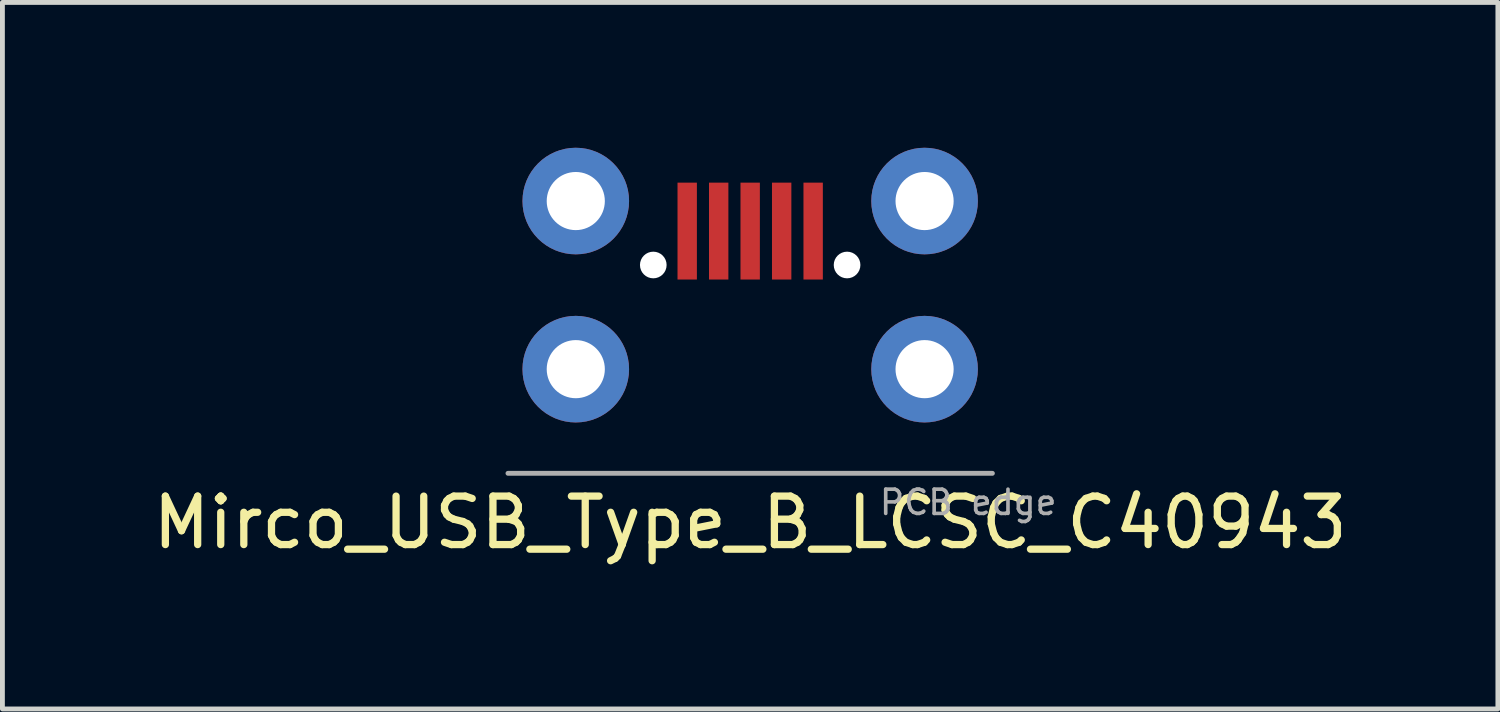
<source format=kicad_pcb>
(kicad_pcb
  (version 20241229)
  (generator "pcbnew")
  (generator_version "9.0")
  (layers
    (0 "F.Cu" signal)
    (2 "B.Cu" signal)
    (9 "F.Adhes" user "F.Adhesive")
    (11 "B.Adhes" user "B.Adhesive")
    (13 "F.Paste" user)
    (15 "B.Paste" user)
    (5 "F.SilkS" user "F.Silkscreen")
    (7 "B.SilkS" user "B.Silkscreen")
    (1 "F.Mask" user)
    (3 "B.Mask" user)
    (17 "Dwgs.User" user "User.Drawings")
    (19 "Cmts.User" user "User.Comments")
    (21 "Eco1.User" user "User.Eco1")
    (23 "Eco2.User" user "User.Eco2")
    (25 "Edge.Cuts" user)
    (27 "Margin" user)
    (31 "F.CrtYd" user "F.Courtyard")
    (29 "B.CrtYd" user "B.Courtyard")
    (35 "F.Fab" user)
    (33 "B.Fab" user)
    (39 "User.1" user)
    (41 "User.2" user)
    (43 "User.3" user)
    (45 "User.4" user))
  (footprint "Mirco_USB_Type_B_LCSC_C40943"
    (layer "F.Cu")
    (at 12.435 6.72)
    (property "Reference" "Mirco_USB_Type_B_LCSC_C40943" (at 0 1.016 0) (layer "F.SilkS") (effects (font (size 1 1) (thickness 0.15))))
    (attr smd)
    (fp_line (start -5 0) (end 5 0) (stroke (width 0.1) (type solid)) (layer "F.Fab"))
    (fp_text user "PCB edge" (at 4.5 0.6 0) (layer "F.Fab") (effects (font (size 0.5 0.5) (thickness 0.075))))
    (pad "" np_thru_hole circle (at -2 -4.3) (size 0.55 0.55) (drill 0.55) (layers "*.Cu"))
    (pad "" np_thru_hole circle (at 2 -4.3) (size 0.55 0.55) (drill 0.55) (layers "*.Cu"))
    (pad "1" smd rect (at -1.3 -5) (size 0.4 2) (layers "F.Cu" "F.Mask" "F.Paste"))
    (pad "2" smd rect (at -0.65 -5) (size 0.4 2) (layers "F.Cu" "F.Mask" "F.Paste"))
    (pad "3" smd rect (at 0 -5) (size 0.4 2) (layers "F.Cu" "F.Mask" "F.Paste"))
    (pad "4" smd rect (at 0.65 -5) (size 0.4 2) (layers "F.Cu" "F.Mask" "F.Paste"))
    (pad "5" smd rect (at 1.3 -5) (size 0.4 2) (layers "F.Cu" "F.Mask" "F.Paste"))
    (pad "6" thru_hole circle (at -3.6 -5.62) (size 2.2 2.2) (drill 1.2) (layers "*.Cu" "*.Mask"))
    (pad "6" thru_hole circle (at -3.6 -2.15) (size 2.2 2.2) (drill 1.2) (layers "*.Cu" "*.Mask"))
    (pad "6" thru_hole circle (at 3.6 -5.62) (size 2.2 2.2) (drill 1.2) (layers "*.Cu" "*.Mask"))
    (pad "6" thru_hole circle (at 3.6 -2.15) (size 2.2 2.2) (drill 1.2) (layers "*.Cu" "*.Mask")))
  (gr_rect
    (start -3 -3)
    (end 27.869 11.584)
    (stroke (width 0.1) (type default))
    (fill no)
    (layer "Edge.Cuts")))
</source>
